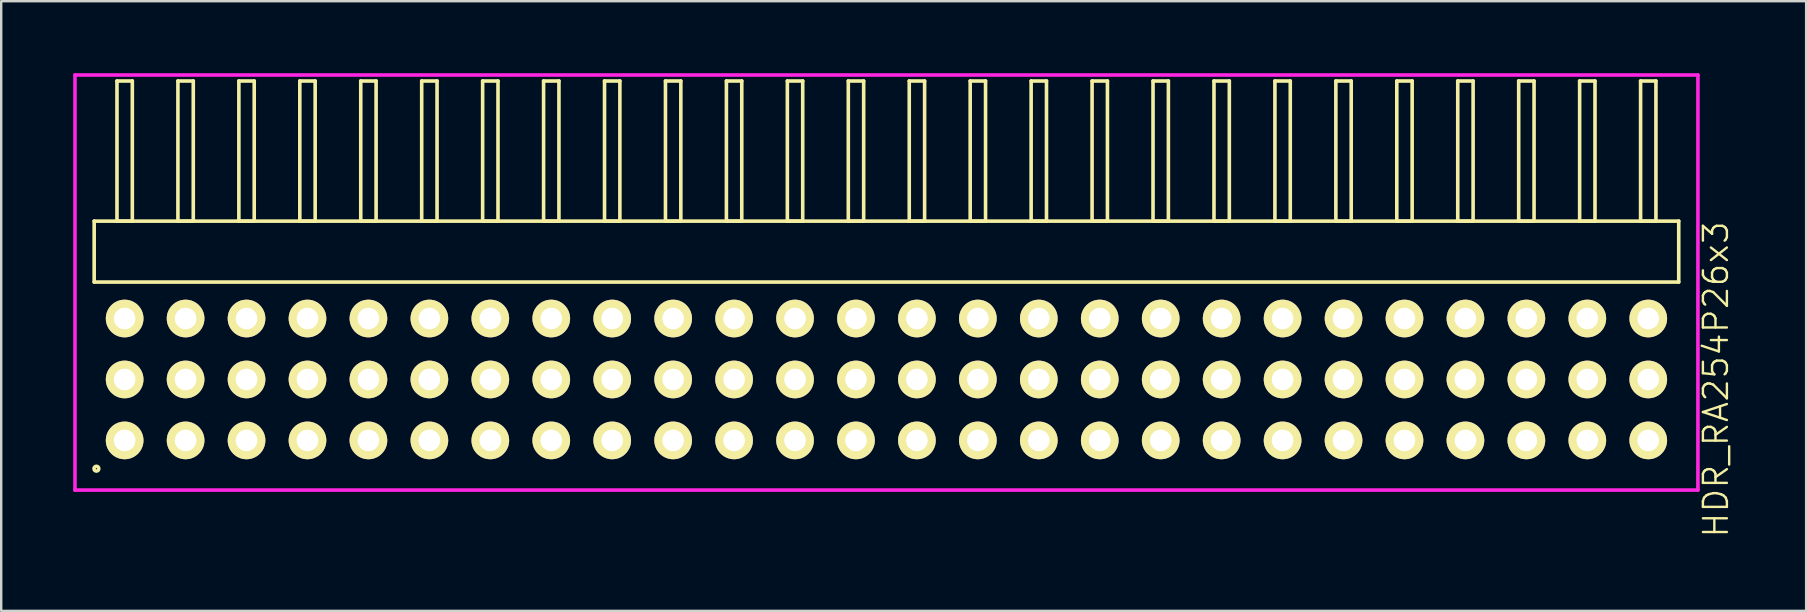
<source format=kicad_pcb>
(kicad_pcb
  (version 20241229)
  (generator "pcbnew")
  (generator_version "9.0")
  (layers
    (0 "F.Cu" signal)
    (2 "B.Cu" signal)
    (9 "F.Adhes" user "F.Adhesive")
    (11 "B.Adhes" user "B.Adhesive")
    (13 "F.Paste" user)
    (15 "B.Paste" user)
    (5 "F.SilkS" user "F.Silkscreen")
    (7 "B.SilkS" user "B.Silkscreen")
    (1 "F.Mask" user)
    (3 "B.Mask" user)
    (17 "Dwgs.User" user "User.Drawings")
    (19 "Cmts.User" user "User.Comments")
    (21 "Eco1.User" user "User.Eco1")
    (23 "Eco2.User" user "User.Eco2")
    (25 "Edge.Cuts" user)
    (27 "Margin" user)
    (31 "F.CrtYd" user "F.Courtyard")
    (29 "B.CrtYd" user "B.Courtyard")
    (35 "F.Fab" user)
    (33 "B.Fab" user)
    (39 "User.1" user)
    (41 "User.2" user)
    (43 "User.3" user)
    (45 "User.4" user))
  (footprint "HDR_RA254P26x3"
    (layer "F.Cu")
    (at 33.895 12.765)
    (property "Reference" "HDR_RA254P26x3" (at 34.57 0 90) (layer "F.SilkS") (effects (font (size 1 1) (thickness 0.1))))
    (attr through_hole)
    (fp_line (start -33.02 -6.6) (end -33.02 -4.06) (stroke (width 0.15) (type solid)) (layer "F.SilkS"))
    (fp_line (start -33.02 -4.06) (end 33.02 -4.06) (stroke (width 0.15) (type solid)) (layer "F.SilkS"))
    (fp_line (start -32.07 -12.44) (end -32.07 -6.6) (stroke (width 0.15) (type solid)) (layer "F.SilkS"))
    (fp_line (start -32.07 -6.6) (end -31.43 -6.6) (stroke (width 0.15) (type solid)) (layer "F.SilkS"))
    (fp_line (start -31.43 -12.44) (end -32.07 -12.44) (stroke (width 0.15) (type solid)) (layer "F.SilkS"))
    (fp_line (start -31.43 -6.6) (end -31.43 -12.44) (stroke (width 0.15) (type solid)) (layer "F.SilkS"))
    (fp_line (start -29.53 -12.44) (end -29.53 -6.6) (stroke (width 0.15) (type solid)) (layer "F.SilkS"))
    (fp_line (start -29.53 -6.6) (end -28.89 -6.6) (stroke (width 0.15) (type solid)) (layer "F.SilkS"))
    (fp_line (start -28.89 -12.44) (end -29.53 -12.44) (stroke (width 0.15) (type solid)) (layer "F.SilkS"))
    (fp_line (start -28.89 -6.6) (end -28.89 -12.44) (stroke (width 0.15) (type solid)) (layer "F.SilkS"))
    (fp_line (start -26.99 -12.44) (end -26.99 -6.6) (stroke (width 0.15) (type solid)) (layer "F.SilkS"))
    (fp_line (start -26.99 -6.6) (end -26.35 -6.6) (stroke (width 0.15) (type solid)) (layer "F.SilkS"))
    (fp_line (start -26.35 -12.44) (end -26.99 -12.44) (stroke (width 0.15) (type solid)) (layer "F.SilkS"))
    (fp_line (start -26.35 -6.6) (end -26.35 -12.44) (stroke (width 0.15) (type solid)) (layer "F.SilkS"))
    (fp_line (start -24.45 -12.44) (end -24.45 -6.6) (stroke (width 0.15) (type solid)) (layer "F.SilkS"))
    (fp_line (start -24.45 -6.6) (end -23.81 -6.6) (stroke (width 0.15) (type solid)) (layer "F.SilkS"))
    (fp_line (start -23.81 -12.44) (end -24.45 -12.44) (stroke (width 0.15) (type solid)) (layer "F.SilkS"))
    (fp_line (start -23.81 -6.6) (end -23.81 -12.44) (stroke (width 0.15) (type solid)) (layer "F.SilkS"))
    (fp_line (start -21.91 -12.44) (end -21.91 -6.6) (stroke (width 0.15) (type solid)) (layer "F.SilkS"))
    (fp_line (start -21.91 -6.6) (end -21.27 -6.6) (stroke (width 0.15) (type solid)) (layer "F.SilkS"))
    (fp_line (start -21.27 -12.44) (end -21.91 -12.44) (stroke (width 0.15) (type solid)) (layer "F.SilkS"))
    (fp_line (start -21.27 -6.6) (end -21.27 -12.44) (stroke (width 0.15) (type solid)) (layer "F.SilkS"))
    (fp_line (start -19.37 -12.44) (end -19.37 -6.6) (stroke (width 0.15) (type solid)) (layer "F.SilkS"))
    (fp_line (start -19.37 -6.6) (end -18.73 -6.6) (stroke (width 0.15) (type solid)) (layer "F.SilkS"))
    (fp_line (start -18.73 -12.44) (end -19.37 -12.44) (stroke (width 0.15) (type solid)) (layer "F.SilkS"))
    (fp_line (start -18.73 -6.6) (end -18.73 -12.44) (stroke (width 0.15) (type solid)) (layer "F.SilkS"))
    (fp_line (start -16.83 -12.44) (end -16.83 -6.6) (stroke (width 0.15) (type solid)) (layer "F.SilkS"))
    (fp_line (start -16.83 -6.6) (end -16.19 -6.6) (stroke (width 0.15) (type solid)) (layer "F.SilkS"))
    (fp_line (start -16.19 -12.44) (end -16.83 -12.44) (stroke (width 0.15) (type solid)) (layer "F.SilkS"))
    (fp_line (start -16.19 -6.6) (end -16.19 -12.44) (stroke (width 0.15) (type solid)) (layer "F.SilkS"))
    (fp_line (start -14.29 -12.44) (end -14.29 -6.6) (stroke (width 0.15) (type solid)) (layer "F.SilkS"))
    (fp_line (start -14.29 -6.6) (end -13.65 -6.6) (stroke (width 0.15) (type solid)) (layer "F.SilkS"))
    (fp_line (start -13.65 -12.44) (end -14.29 -12.44) (stroke (width 0.15) (type solid)) (layer "F.SilkS"))
    (fp_line (start -13.65 -6.6) (end -13.65 -12.44) (stroke (width 0.15) (type solid)) (layer "F.SilkS"))
    (fp_line (start -11.75 -12.44) (end -11.75 -6.6) (stroke (width 0.15) (type solid)) (layer "F.SilkS"))
    (fp_line (start -11.75 -6.6) (end -11.11 -6.6) (stroke (width 0.15) (type solid)) (layer "F.SilkS"))
    (fp_line (start -11.11 -12.44) (end -11.75 -12.44) (stroke (width 0.15) (type solid)) (layer "F.SilkS"))
    (fp_line (start -11.11 -6.6) (end -11.11 -12.44) (stroke (width 0.15) (type solid)) (layer "F.SilkS"))
    (fp_line (start -9.21 -12.44) (end -9.21 -6.6) (stroke (width 0.15) (type solid)) (layer "F.SilkS"))
    (fp_line (start -9.21 -6.6) (end -8.57 -6.6) (stroke (width 0.15) (type solid)) (layer "F.SilkS"))
    (fp_line (start -8.57 -12.44) (end -9.21 -12.44) (stroke (width 0.15) (type solid)) (layer "F.SilkS"))
    (fp_line (start -8.57 -6.6) (end -8.57 -12.44) (stroke (width 0.15) (type solid)) (layer "F.SilkS"))
    (fp_line (start -6.67 -12.44) (end -6.67 -6.6) (stroke (width 0.15) (type solid)) (layer "F.SilkS"))
    (fp_line (start -6.67 -6.6) (end -6.03 -6.6) (stroke (width 0.15) (type solid)) (layer "F.SilkS"))
    (fp_line (start -6.03 -12.44) (end -6.67 -12.44) (stroke (width 0.15) (type solid)) (layer "F.SilkS"))
    (fp_line (start -6.03 -6.6) (end -6.03 -12.44) (stroke (width 0.15) (type solid)) (layer "F.SilkS"))
    (fp_line (start -4.13 -12.44) (end -4.13 -6.6) (stroke (width 0.15) (type solid)) (layer "F.SilkS"))
    (fp_line (start -4.13 -6.6) (end -3.49 -6.6) (stroke (width 0.15) (type solid)) (layer "F.SilkS"))
    (fp_line (start -3.49 -12.44) (end -4.13 -12.44) (stroke (width 0.15) (type solid)) (layer "F.SilkS"))
    (fp_line (start -3.49 -6.6) (end -3.49 -12.44) (stroke (width 0.15) (type solid)) (layer "F.SilkS"))
    (fp_line (start -1.59 -12.44) (end -1.59 -6.6) (stroke (width 0.15) (type solid)) (layer "F.SilkS"))
    (fp_line (start -1.59 -6.6) (end -0.95 -6.6) (stroke (width 0.15) (type solid)) (layer "F.SilkS"))
    (fp_line (start -0.95 -12.44) (end -1.59 -12.44) (stroke (width 0.15) (type solid)) (layer "F.SilkS"))
    (fp_line (start -0.95 -6.6) (end -0.95 -12.44) (stroke (width 0.15) (type solid)) (layer "F.SilkS"))
    (fp_line (start 0.95 -12.44) (end 0.95 -6.6) (stroke (width 0.15) (type solid)) (layer "F.SilkS"))
    (fp_line (start 0.95 -6.6) (end 1.59 -6.6) (stroke (width 0.15) (type solid)) (layer "F.SilkS"))
    (fp_line (start 1.59 -12.44) (end 0.95 -12.44) (stroke (width 0.15) (type solid)) (layer "F.SilkS"))
    (fp_line (start 1.59 -6.6) (end 1.59 -12.44) (stroke (width 0.15) (type solid)) (layer "F.SilkS"))
    (fp_line (start 3.49 -12.44) (end 3.49 -6.6) (stroke (width 0.15) (type solid)) (layer "F.SilkS"))
    (fp_line (start 3.49 -6.6) (end 4.13 -6.6) (stroke (width 0.15) (type solid)) (layer "F.SilkS"))
    (fp_line (start 4.13 -12.44) (end 3.49 -12.44) (stroke (width 0.15) (type solid)) (layer "F.SilkS"))
    (fp_line (start 4.13 -6.6) (end 4.13 -12.44) (stroke (width 0.15) (type solid)) (layer "F.SilkS"))
    (fp_line (start 6.03 -12.44) (end 6.03 -6.6) (stroke (width 0.15) (type solid)) (layer "F.SilkS"))
    (fp_line (start 6.03 -6.6) (end 6.67 -6.6) (stroke (width 0.15) (type solid)) (layer "F.SilkS"))
    (fp_line (start 6.67 -12.44) (end 6.03 -12.44) (stroke (width 0.15) (type solid)) (layer "F.SilkS"))
    (fp_line (start 6.67 -6.6) (end 6.67 -12.44) (stroke (width 0.15) (type solid)) (layer "F.SilkS"))
    (fp_line (start 8.57 -12.44) (end 8.57 -6.6) (stroke (width 0.15) (type solid)) (layer "F.SilkS"))
    (fp_line (start 8.57 -6.6) (end 9.21 -6.6) (stroke (width 0.15) (type solid)) (layer "F.SilkS"))
    (fp_line (start 9.21 -12.44) (end 8.57 -12.44) (stroke (width 0.15) (type solid)) (layer "F.SilkS"))
    (fp_line (start 9.21 -6.6) (end 9.21 -12.44) (stroke (width 0.15) (type solid)) (layer "F.SilkS"))
    (fp_line (start 11.11 -12.44) (end 11.11 -6.6) (stroke (width 0.15) (type solid)) (layer "F.SilkS"))
    (fp_line (start 11.11 -6.6) (end 11.75 -6.6) (stroke (width 0.15) (type solid)) (layer "F.SilkS"))
    (fp_line (start 11.75 -12.44) (end 11.11 -12.44) (stroke (width 0.15) (type solid)) (layer "F.SilkS"))
    (fp_line (start 11.75 -6.6) (end 11.75 -12.44) (stroke (width 0.15) (type solid)) (layer "F.SilkS"))
    (fp_line (start 13.65 -12.44) (end 13.65 -6.6) (stroke (width 0.15) (type solid)) (layer "F.SilkS"))
    (fp_line (start 13.65 -6.6) (end 14.29 -6.6) (stroke (width 0.15) (type solid)) (layer "F.SilkS"))
    (fp_line (start 14.29 -12.44) (end 13.65 -12.44) (stroke (width 0.15) (type solid)) (layer "F.SilkS"))
    (fp_line (start 14.29 -6.6) (end 14.29 -12.44) (stroke (width 0.15) (type solid)) (layer "F.SilkS"))
    (fp_line (start 16.19 -12.44) (end 16.19 -6.6) (stroke (width 0.15) (type solid)) (layer "F.SilkS"))
    (fp_line (start 16.19 -6.6) (end 16.83 -6.6) (stroke (width 0.15) (type solid)) (layer "F.SilkS"))
    (fp_line (start 16.83 -12.44) (end 16.19 -12.44) (stroke (width 0.15) (type solid)) (layer "F.SilkS"))
    (fp_line (start 16.83 -6.6) (end 16.83 -12.44) (stroke (width 0.15) (type solid)) (layer "F.SilkS"))
    (fp_line (start 18.73 -12.44) (end 18.73 -6.6) (stroke (width 0.15) (type solid)) (layer "F.SilkS"))
    (fp_line (start 18.73 -6.6) (end 19.37 -6.6) (stroke (width 0.15) (type solid)) (layer "F.SilkS"))
    (fp_line (start 19.37 -12.44) (end 18.73 -12.44) (stroke (width 0.15) (type solid)) (layer "F.SilkS"))
    (fp_line (start 19.37 -6.6) (end 19.37 -12.44) (stroke (width 0.15) (type solid)) (layer "F.SilkS"))
    (fp_line (start 21.27 -12.44) (end 21.27 -6.6) (stroke (width 0.15) (type solid)) (layer "F.SilkS"))
    (fp_line (start 21.27 -6.6) (end 21.91 -6.6) (stroke (width 0.15) (type solid)) (layer "F.SilkS"))
    (fp_line (start 21.91 -12.44) (end 21.27 -12.44) (stroke (width 0.15) (type solid)) (layer "F.SilkS"))
    (fp_line (start 21.91 -6.6) (end 21.91 -12.44) (stroke (width 0.15) (type solid)) (layer "F.SilkS"))
    (fp_line (start 23.81 -12.44) (end 23.81 -6.6) (stroke (width 0.15) (type solid)) (layer "F.SilkS"))
    (fp_line (start 23.81 -6.6) (end 24.45 -6.6) (stroke (width 0.15) (type solid)) (layer "F.SilkS"))
    (fp_line (start 24.45 -12.44) (end 23.81 -12.44) (stroke (width 0.15) (type solid)) (layer "F.SilkS"))
    (fp_line (start 24.45 -6.6) (end 24.45 -12.44) (stroke (width 0.15) (type solid)) (layer "F.SilkS"))
    (fp_line (start 26.35 -12.44) (end 26.35 -6.6) (stroke (width 0.15) (type solid)) (layer "F.SilkS"))
    (fp_line (start 26.35 -6.6) (end 26.99 -6.6) (stroke (width 0.15) (type solid)) (layer "F.SilkS"))
    (fp_line (start 26.99 -12.44) (end 26.35 -12.44) (stroke (width 0.15) (type solid)) (layer "F.SilkS"))
    (fp_line (start 26.99 -6.6) (end 26.99 -12.44) (stroke (width 0.15) (type solid)) (layer "F.SilkS"))
    (fp_line (start 28.89 -12.44) (end 28.89 -6.6) (stroke (width 0.15) (type solid)) (layer "F.SilkS"))
    (fp_line (start 28.89 -6.6) (end 29.53 -6.6) (stroke (width 0.15) (type solid)) (layer "F.SilkS"))
    (fp_line (start 29.53 -12.44) (end 28.89 -12.44) (stroke (width 0.15) (type solid)) (layer "F.SilkS"))
    (fp_line (start 29.53 -6.6) (end 29.53 -12.44) (stroke (width 0.15) (type solid)) (layer "F.SilkS"))
    (fp_line (start 31.43 -12.44) (end 31.43 -6.6) (stroke (width 0.15) (type solid)) (layer "F.SilkS"))
    (fp_line (start 31.43 -6.6) (end 32.07 -6.6) (stroke (width 0.15) (type solid)) (layer "F.SilkS"))
    (fp_line (start 32.07 -12.44) (end 31.43 -12.44) (stroke (width 0.15) (type solid)) (layer "F.SilkS"))
    (fp_line (start 32.07 -6.6) (end 32.07 -12.44) (stroke (width 0.15) (type solid)) (layer "F.SilkS"))
    (fp_line (start 33.02 -6.6) (end -33.02 -6.6) (stroke (width 0.15) (type solid)) (layer "F.SilkS"))
    (fp_line (start 33.02 -4.06) (end 33.02 -6.6) (stroke (width 0.15) (type solid)) (layer "F.SilkS"))
    (fp_circle (center -32.927 3.718) (end -32.827 3.718) (stroke (width 0.15) (type solid)) (fill no) (layer "F.SilkS"))
    (fp_line (start -33.82 -12.69) (end -33.82 4.61) (stroke (width 0.15) (type solid)) (layer "F.CrtYd"))
    (fp_line (start -33.82 4.61) (end 33.82 4.61) (stroke (width 0.15) (type solid)) (layer "F.CrtYd"))
    (fp_line (start 33.82 -12.69) (end -33.82 -12.69) (stroke (width 0.15) (type solid)) (layer "F.CrtYd"))
    (fp_line (start 33.82 4.61) (end 33.82 -12.69) (stroke (width 0.15) (type solid)) (layer "F.CrtYd"))
    (pad "1" thru_hole oval (at -31.75 2.54) (size 1.57 1.57) (drill 0.9) (layers "*.Cu" "*.Mask" "F.SilkS"))
    (pad "2" thru_hole oval (at -31.75 0) (size 1.57 1.57) (drill 0.9) (layers "*.Cu" "*.Mask" "F.SilkS"))
    (pad "3" thru_hole oval (at -31.75 -2.54) (size 1.57 1.57) (drill 0.9) (layers "*.Cu" "*.Mask" "F.SilkS"))
    (pad "4" thru_hole oval (at -29.21 2.54) (size 1.57 1.57) (drill 0.9) (layers "*.Cu" "*.Mask" "F.SilkS"))
    (pad "5" thru_hole oval (at -29.21 0) (size 1.57 1.57) (drill 0.9) (layers "*.Cu" "*.Mask" "F.SilkS"))
    (pad "6" thru_hole oval (at -29.21 -2.54) (size 1.57 1.57) (drill 0.9) (layers "*.Cu" "*.Mask" "F.SilkS"))
    (pad "7" thru_hole oval (at -26.67 2.54) (size 1.57 1.57) (drill 0.9) (layers "*.Cu" "*.Mask" "F.SilkS"))
    (pad "8" thru_hole oval (at -26.67 0) (size 1.57 1.57) (drill 0.9) (layers "*.Cu" "*.Mask" "F.SilkS"))
    (pad "9" thru_hole oval (at -26.67 -2.54) (size 1.57 1.57) (drill 0.9) (layers "*.Cu" "*.Mask" "F.SilkS"))
    (pad "10" thru_hole oval (at -24.13 2.54) (size 1.57 1.57) (drill 0.9) (layers "*.Cu" "*.Mask" "F.SilkS"))
    (pad "11" thru_hole oval (at -24.13 0) (size 1.57 1.57) (drill 0.9) (layers "*.Cu" "*.Mask" "F.SilkS"))
    (pad "12" thru_hole oval (at -24.13 -2.54) (size 1.57 1.57) (drill 0.9) (layers "*.Cu" "*.Mask" "F.SilkS"))
    (pad "13" thru_hole oval (at -21.59 2.54) (size 1.57 1.57) (drill 0.9) (layers "*.Cu" "*.Mask" "F.SilkS"))
    (pad "14" thru_hole oval (at -21.59 0) (size 1.57 1.57) (drill 0.9) (layers "*.Cu" "*.Mask" "F.SilkS"))
    (pad "15" thru_hole oval (at -21.59 -2.54) (size 1.57 1.57) (drill 0.9) (layers "*.Cu" "*.Mask" "F.SilkS"))
    (pad "16" thru_hole oval (at -19.05 2.54) (size 1.57 1.57) (drill 0.9) (layers "*.Cu" "*.Mask" "F.SilkS"))
    (pad "17" thru_hole oval (at -19.05 0) (size 1.57 1.57) (drill 0.9) (layers "*.Cu" "*.Mask" "F.SilkS"))
    (pad "18" thru_hole oval (at -19.05 -2.54) (size 1.57 1.57) (drill 0.9) (layers "*.Cu" "*.Mask" "F.SilkS"))
    (pad "19" thru_hole oval (at -16.51 2.54) (size 1.57 1.57) (drill 0.9) (layers "*.Cu" "*.Mask" "F.SilkS"))
    (pad "20" thru_hole oval (at -16.51 0) (size 1.57 1.57) (drill 0.9) (layers "*.Cu" "*.Mask" "F.SilkS"))
    (pad "21" thru_hole oval (at -16.51 -2.54) (size 1.57 1.57) (drill 0.9) (layers "*.Cu" "*.Mask" "F.SilkS"))
    (pad "22" thru_hole oval (at -13.97 2.54) (size 1.57 1.57) (drill 0.9) (layers "*.Cu" "*.Mask" "F.SilkS"))
    (pad "23" thru_hole oval (at -13.97 0) (size 1.57 1.57) (drill 0.9) (layers "*.Cu" "*.Mask" "F.SilkS"))
    (pad "24" thru_hole oval (at -13.97 -2.54) (size 1.57 1.57) (drill 0.9) (layers "*.Cu" "*.Mask" "F.SilkS"))
    (pad "25" thru_hole oval (at -11.43 2.54) (size 1.57 1.57) (drill 0.9) (layers "*.Cu" "*.Mask" "F.SilkS"))
    (pad "26" thru_hole oval (at -11.43 0) (size 1.57 1.57) (drill 0.9) (layers "*.Cu" "*.Mask" "F.SilkS"))
    (pad "27" thru_hole oval (at -11.43 -2.54) (size 1.57 1.57) (drill 0.9) (layers "*.Cu" "*.Mask" "F.SilkS"))
    (pad "28" thru_hole oval (at -8.89 2.54) (size 1.57 1.57) (drill 0.9) (layers "*.Cu" "*.Mask" "F.SilkS"))
    (pad "29" thru_hole oval (at -8.89 0) (size 1.57 1.57) (drill 0.9) (layers "*.Cu" "*.Mask" "F.SilkS"))
    (pad "30" thru_hole oval (at -8.89 -2.54) (size 1.57 1.57) (drill 0.9) (layers "*.Cu" "*.Mask" "F.SilkS"))
    (pad "31" thru_hole oval (at -6.35 2.54) (size 1.57 1.57) (drill 0.9) (layers "*.Cu" "*.Mask" "F.SilkS"))
    (pad "32" thru_hole oval (at -6.35 0) (size 1.57 1.57) (drill 0.9) (layers "*.Cu" "*.Mask" "F.SilkS"))
    (pad "33" thru_hole oval (at -6.35 -2.54) (size 1.57 1.57) (drill 0.9) (layers "*.Cu" "*.Mask" "F.SilkS"))
    (pad "34" thru_hole oval (at -3.81 2.54) (size 1.57 1.57) (drill 0.9) (layers "*.Cu" "*.Mask" "F.SilkS"))
    (pad "35" thru_hole oval (at -3.81 0) (size 1.57 1.57) (drill 0.9) (layers "*.Cu" "*.Mask" "F.SilkS"))
    (pad "36" thru_hole oval (at -3.81 -2.54) (size 1.57 1.57) (drill 0.9) (layers "*.Cu" "*.Mask" "F.SilkS"))
    (pad "37" thru_hole oval (at -1.27 2.54) (size 1.57 1.57) (drill 0.9) (layers "*.Cu" "*.Mask" "F.SilkS"))
    (pad "38" thru_hole oval (at -1.27 0) (size 1.57 1.57) (drill 0.9) (layers "*.Cu" "*.Mask" "F.SilkS"))
    (pad "39" thru_hole oval (at -1.27 -2.54) (size 1.57 1.57) (drill 0.9) (layers "*.Cu" "*.Mask" "F.SilkS"))
    (pad "40" thru_hole oval (at 1.27 2.54) (size 1.57 1.57) (drill 0.9) (layers "*.Cu" "*.Mask" "F.SilkS"))
    (pad "41" thru_hole oval (at 1.27 0) (size 1.57 1.57) (drill 0.9) (layers "*.Cu" "*.Mask" "F.SilkS"))
    (pad "42" thru_hole oval (at 1.27 -2.54) (size 1.57 1.57) (drill 0.9) (layers "*.Cu" "*.Mask" "F.SilkS"))
    (pad "43" thru_hole oval (at 3.81 2.54) (size 1.57 1.57) (drill 0.9) (layers "*.Cu" "*.Mask" "F.SilkS"))
    (pad "44" thru_hole oval (at 3.81 0) (size 1.57 1.57) (drill 0.9) (layers "*.Cu" "*.Mask" "F.SilkS"))
    (pad "45" thru_hole oval (at 3.81 -2.54) (size 1.57 1.57) (drill 0.9) (layers "*.Cu" "*.Mask" "F.SilkS"))
    (pad "46" thru_hole oval (at 6.35 2.54) (size 1.57 1.57) (drill 0.9) (layers "*.Cu" "*.Mask" "F.SilkS"))
    (pad "47" thru_hole oval (at 6.35 0) (size 1.57 1.57) (drill 0.9) (layers "*.Cu" "*.Mask" "F.SilkS"))
    (pad "48" thru_hole oval (at 6.35 -2.54) (size 1.57 1.57) (drill 0.9) (layers "*.Cu" "*.Mask" "F.SilkS"))
    (pad "49" thru_hole oval (at 8.89 2.54) (size 1.57 1.57) (drill 0.9) (layers "*.Cu" "*.Mask" "F.SilkS"))
    (pad "50" thru_hole oval (at 8.89 0) (size 1.57 1.57) (drill 0.9) (layers "*.Cu" "*.Mask" "F.SilkS"))
    (pad "51" thru_hole oval (at 8.89 -2.54) (size 1.57 1.57) (drill 0.9) (layers "*.Cu" "*.Mask" "F.SilkS"))
    (pad "52" thru_hole oval (at 11.43 2.54) (size 1.57 1.57) (drill 0.9) (layers "*.Cu" "*.Mask" "F.SilkS"))
    (pad "53" thru_hole oval (at 11.43 0) (size 1.57 1.57) (drill 0.9) (layers "*.Cu" "*.Mask" "F.SilkS"))
    (pad "54" thru_hole oval (at 11.43 -2.54) (size 1.57 1.57) (drill 0.9) (layers "*.Cu" "*.Mask" "F.SilkS"))
    (pad "55" thru_hole oval (at 13.97 2.54) (size 1.57 1.57) (drill 0.9) (layers "*.Cu" "*.Mask" "F.SilkS"))
    (pad "56" thru_hole oval (at 13.97 0) (size 1.57 1.57) (drill 0.9) (layers "*.Cu" "*.Mask" "F.SilkS"))
    (pad "57" thru_hole oval (at 13.97 -2.54) (size 1.57 1.57) (drill 0.9) (layers "*.Cu" "*.Mask" "F.SilkS"))
    (pad "58" thru_hole oval (at 16.51 2.54) (size 1.57 1.57) (drill 0.9) (layers "*.Cu" "*.Mask" "F.SilkS"))
    (pad "59" thru_hole oval (at 16.51 0) (size 1.57 1.57) (drill 0.9) (layers "*.Cu" "*.Mask" "F.SilkS"))
    (pad "60" thru_hole oval (at 16.51 -2.54) (size 1.57 1.57) (drill 0.9) (layers "*.Cu" "*.Mask" "F.SilkS"))
    (pad "61" thru_hole oval (at 19.05 2.54) (size 1.57 1.57) (drill 0.9) (layers "*.Cu" "*.Mask" "F.SilkS"))
    (pad "62" thru_hole oval (at 19.05 0) (size 1.57 1.57) (drill 0.9) (layers "*.Cu" "*.Mask" "F.SilkS"))
    (pad "63" thru_hole oval (at 19.05 -2.54) (size 1.57 1.57) (drill 0.9) (layers "*.Cu" "*.Mask" "F.SilkS"))
    (pad "64" thru_hole oval (at 21.59 2.54) (size 1.57 1.57) (drill 0.9) (layers "*.Cu" "*.Mask" "F.SilkS"))
    (pad "65" thru_hole oval (at 21.59 0) (size 1.57 1.57) (drill 0.9) (layers "*.Cu" "*.Mask" "F.SilkS"))
    (pad "66" thru_hole oval (at 21.59 -2.54) (size 1.57 1.57) (drill 0.9) (layers "*.Cu" "*.Mask" "F.SilkS"))
    (pad "67" thru_hole oval (at 24.13 2.54) (size 1.57 1.57) (drill 0.9) (layers "*.Cu" "*.Mask" "F.SilkS"))
    (pad "68" thru_hole oval (at 24.13 0) (size 1.57 1.57) (drill 0.9) (layers "*.Cu" "*.Mask" "F.SilkS"))
    (pad "69" thru_hole oval (at 24.13 -2.54) (size 1.57 1.57) (drill 0.9) (layers "*.Cu" "*.Mask" "F.SilkS"))
    (pad "70" thru_hole oval (at 26.67 2.54) (size 1.57 1.57) (drill 0.9) (layers "*.Cu" "*.Mask" "F.SilkS"))
    (pad "71" thru_hole oval (at 26.67 0) (size 1.57 1.57) (drill 0.9) (layers "*.Cu" "*.Mask" "F.SilkS"))
    (pad "72" thru_hole oval (at 26.67 -2.54) (size 1.57 1.57) (drill 0.9) (layers "*.Cu" "*.Mask" "F.SilkS"))
    (pad "73" thru_hole oval (at 29.21 2.54) (size 1.57 1.57) (drill 0.9) (layers "*.Cu" "*.Mask" "F.SilkS"))
    (pad "74" thru_hole oval (at 29.21 0) (size 1.57 1.57) (drill 0.9) (layers "*.Cu" "*.Mask" "F.SilkS"))
    (pad "75" thru_hole oval (at 29.21 -2.54) (size 1.57 1.57) (drill 0.9) (layers "*.Cu" "*.Mask" "F.SilkS"))
    (pad "76" thru_hole oval (at 31.75 2.54) (size 1.57 1.57) (drill 0.9) (layers "*.Cu" "*.Mask" "F.SilkS"))
    (pad "77" thru_hole oval (at 31.75 0) (size 1.57 1.57) (drill 0.9) (layers "*.Cu" "*.Mask" "F.SilkS"))
    (pad "78" thru_hole oval (at 31.75 -2.54) (size 1.57 1.57) (drill 0.9) (layers "*.Cu" "*.Mask" "F.SilkS")))
  (gr_rect
    (start -3 -3)
    (end 72.225 22.41)
    (stroke (width 0.1) (type default))
    (fill no)
    (layer "Edge.Cuts")))
</source>
